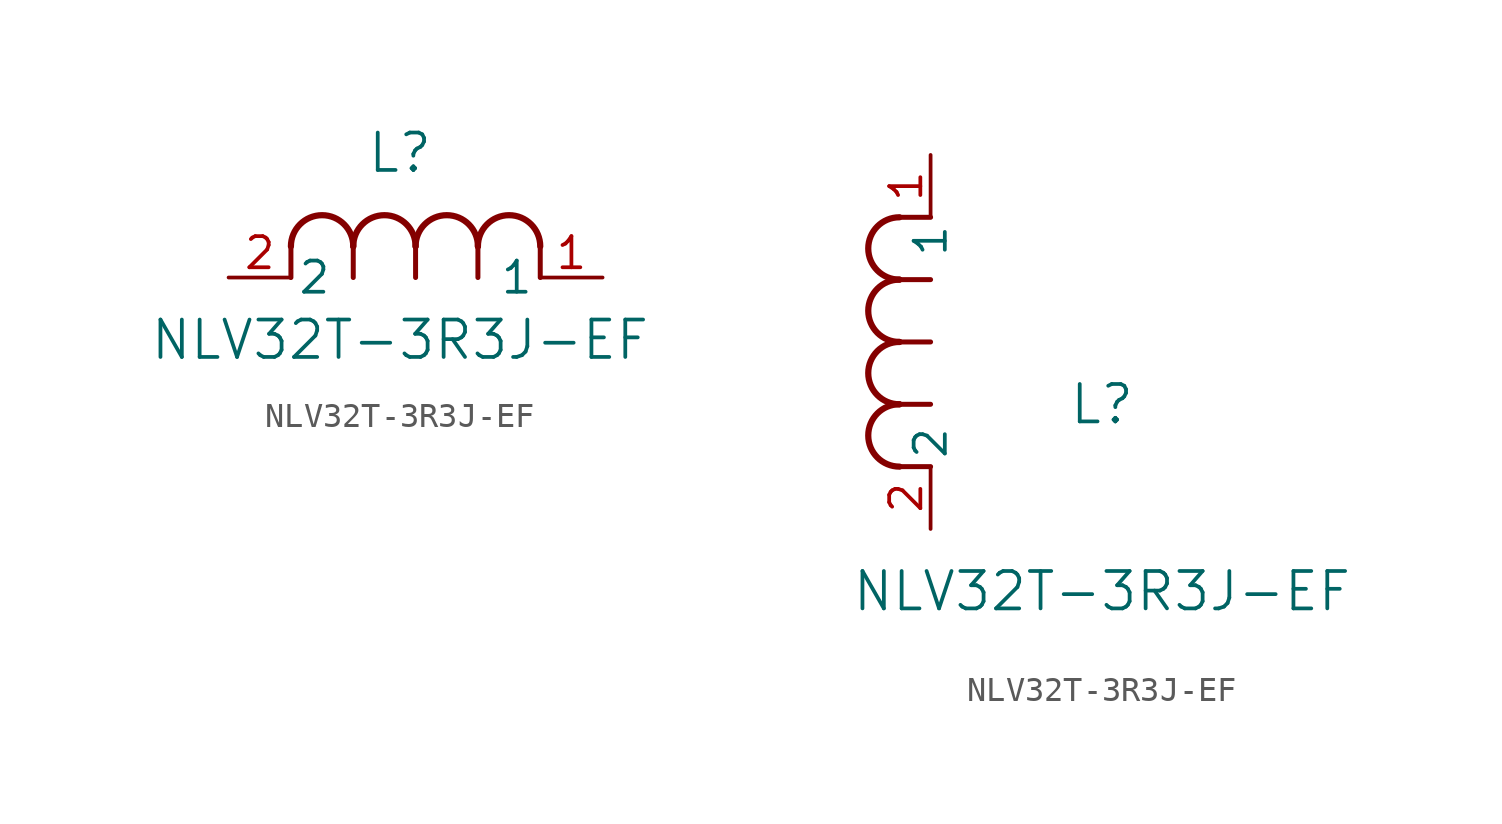
<source format=kicad_sym>
(kicad_symbol_lib
  (version 20211014)
  (generator kicad_symbol_editor)
  (symbol "NLV32T-3R3J-EF"
    (pin_names
      (offset 0.254))
    (property "Reference" "L"
      (at 6.985 5.08 0)
      (effects (font (size 1.524 1.524))))
    (property "Value" "NLV32T-3R3J-EF"
      (at 6.985 -2.54 0)
      (effects (font (size 1.524 1.524))))
    (symbol "NLV32T-3R3J-EF_1_1"
      (arc (start 7.62 1.27) (mid 6.35 2.54) (end 5.08 1.27) (stroke (width 0.254) (type default) (color 0 0 0 0)) (fill (type none)))
      (polyline (pts (xy 5.08 0) (xy 5.08 1.27)) (stroke (width 0.203) (type default) (color 0 0 0 0)) (fill (type none)))
      (polyline (pts (xy 7.62 0) (xy 7.62 1.27)) (stroke (width 0.203) (type default) (color 0 0 0 0)) (fill (type none)))
      (polyline (pts (xy 12.7 0) (xy 12.7 1.27)) (stroke (width 0.203) (type default) (color 0 0 0 0)) (fill (type none)))
      (arc (start 5.08 1.27) (mid 3.81 2.54) (end 2.54 1.27) (stroke (width 0.254) (type default) (color 0 0 0 0)) (fill (type none)))
      (arc (start 10.16 1.27) (mid 8.89 2.54) (end 7.62 1.27) (stroke (width 0.254) (type default) (color 0 0 0 0)) (fill (type none)))
      (arc (start 12.7 1.27) (mid 11.43 2.54) (end 10.16 1.27) (stroke (width 0.254) (type default) (color 0 0 0 0)) (fill (type none)))
      (polyline (pts (xy 2.54 0) (xy 2.54 1.27)) (stroke (width 0.203) (type default) (color 0 0 0 0)) (fill (type none)))
      (polyline (pts (xy 10.16 0) (xy 10.16 1.27)) (stroke (width 0.203) (type default) (color 0 0 0 0)) (fill (type none)))
      (pin unspecified line (at 0 0 0) (length 2.54) (name "2" (effects (font (size 1.27 1.27)))) (number "2" (effects (font (size 1.27 1.27)))))
      (pin unspecified line (at 15.24 0 180) (length 2.54) (name "1" (effects (font (size 1.27 1.27)))) (number "1" (effects (font (size 1.27 1.27))))))
    (symbol "NLV32T-3R3J-EF_1_2"
      (arc (start -1.27 7.62) (mid -2.54 6.35) (end -1.27 5.08) (stroke (width 0.254) (type default) (color 0 0 0 0)) (fill (type none)))
      (arc (start -1.27 5.08) (mid -2.54 3.81) (end -1.27 2.54) (stroke (width 0.254) (type default) (color 0 0 0 0)) (fill (type none)))
      (arc (start -1.27 12.7) (mid -2.54 11.43) (end -1.27 10.16) (stroke (width 0.254) (type default) (color 0 0 0 0)) (fill (type none)))
      (arc (start -1.27 10.16) (mid -2.54 8.89) (end -1.27 7.62) (stroke (width 0.254) (type default) (color 0 0 0 0)) (fill (type none)))
      (polyline (pts (xy 0 7.62) (xy -1.27 7.62)) (stroke (width 0.203) (type default) (color 0 0 0 0)) (fill (type none)))
      (polyline (pts (xy 0 5.08) (xy -1.27 5.08)) (stroke (width 0.203) (type default) (color 0 0 0 0)) (fill (type none)))
      (polyline (pts (xy 0 12.7) (xy -1.27 12.7)) (stroke (width 0.203) (type default) (color 0 0 0 0)) (fill (type none)))
      (polyline (pts (xy 0 2.54) (xy -1.27 2.54)) (stroke (width 0.203) (type default) (color 0 0 0 0)) (fill (type none)))
      (polyline (pts (xy 0 10.16) (xy -1.27 10.16)) (stroke (width 0.203) (type default) (color 0 0 0 0)) (fill (type none)))
      (pin unspecified line (at 0 0 90) (length 2.54) (name "2" (effects (font (size 1.27 1.27)))) (number "2" (effects (font (size 1.27 1.27)))))
      (pin unspecified line (at 0 15.24 270) (length 2.54) (name "1" (effects (font (size 1.27 1.27)))) (number "1" (effects (font (size 1.27 1.27))))))))
</source>
